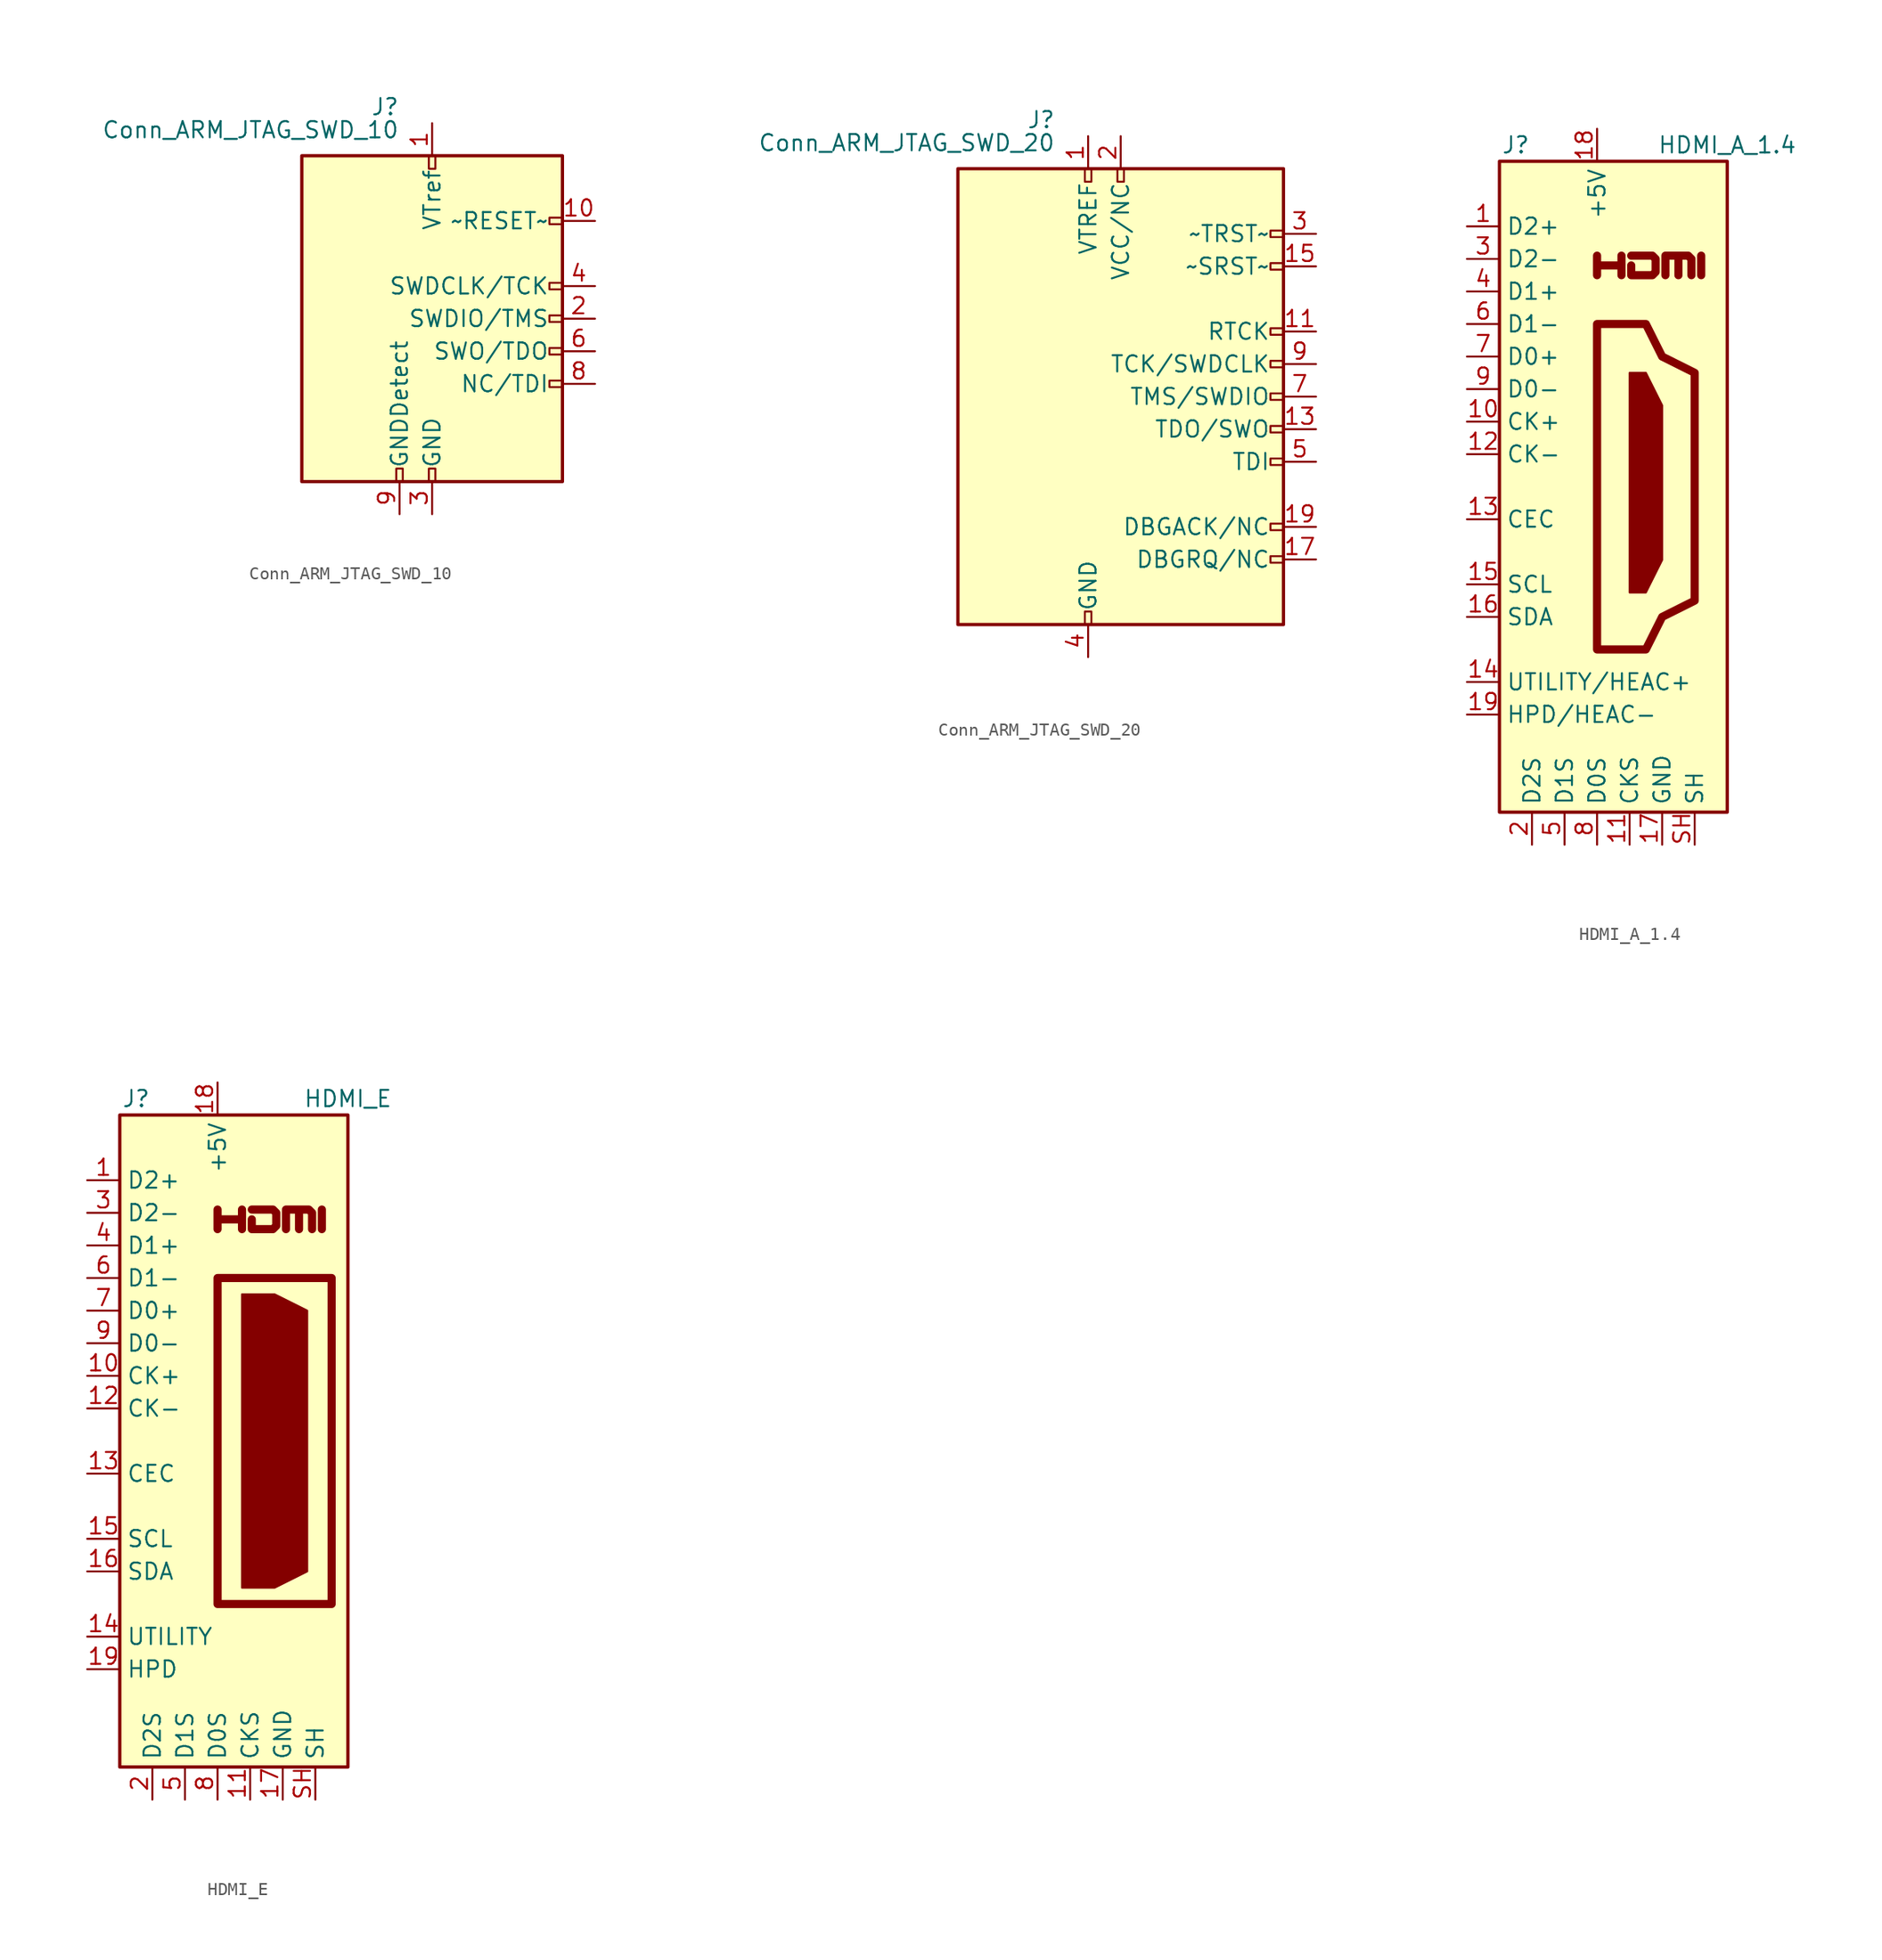
<source format=kicad_sym>
(kicad_symbol_lib
  (version 20210619)
  (generator kicad_symbol_editor)
  (symbol "Connector:Conn_ARM_JTAG_SWD_10"
    (pin_names
      (offset 1.016))
    (property "Reference" "J"
      (at -2.54 16.51 0)
      (effects (font (size 1.27 1.27)) (justify right)))
    (property "Value" "Conn_ARM_JTAG_SWD_10"
      (at -2.54 13.97 0)
      (effects (font (size 1.27 1.27)) (justify right bottom)))
    (symbol "Conn_ARM_JTAG_SWD_10_0_1"
      (rectangle (start -2.794 -12.7) (end -2.286 -11.684) (stroke (width 0)) (fill (type none)))
      (rectangle (start -0.254 -12.7) (end 0.254 -11.684) (stroke (width 0)) (fill (type none)))
      (rectangle (start -0.254 12.7) (end 0.254 11.684) (stroke (width 0)) (fill (type none)))
      (rectangle (start 9.144 2.286) (end 10.16 2.794) (stroke (width 0)) (fill (type none)))
      (rectangle (start 10.16 -2.794) (end 9.144 -2.286) (stroke (width 0)) (fill (type none)))
      (rectangle (start 10.16 -0.254) (end 9.144 0.254) (stroke (width 0)) (fill (type none)))
      (rectangle (start 10.16 7.874) (end 9.144 7.366) (stroke (width 0)) (fill (type none)))
      (rectangle (start -10.16 12.7) (end 10.16 -12.7) (stroke (width 0.254)) (fill (type background))))
    (symbol "Conn_ARM_JTAG_SWD_10_1_1"
      (rectangle (start 9.144 -5.334) (end 10.16 -4.826) (stroke (width 0)) (fill (type none)))
      (pin power_in line (at 0 15.24 270) (length 2.54) (name "VTref" (effects (font (size 1.27 1.27)))) (number "1" (effects (font (size 1.27 1.27)))))
      (pin open_collector line (at 12.7 7.62 180) (length 2.54) (name "~RESET~" (effects (font (size 1.27 1.27)))) (number "10" (effects (font (size 1.27 1.27)))))
      (pin bidirectional line (at 12.7 0 180) (length 2.54) (name "SWDIO/TMS" (effects (font (size 1.27 1.27)))) (number "2" (effects (font (size 1.27 1.27)))))
      (pin power_in line (at 0 -15.24 90) (length 2.54) (name "GND" (effects (font (size 1.27 1.27)))) (number "3" (effects (font (size 1.27 1.27)))))
      (pin output line (at 12.7 2.54 180) (length 2.54) (name "SWDCLK/TCK" (effects (font (size 1.27 1.27)))) (number "4" (effects (font (size 1.27 1.27)))))
      (pin passive line (at 0 -15.24 90) (length 2.54) hide (name "GND" (effects (font (size 1.27 1.27)))) (number "5" (effects (font (size 1.27 1.27)))))
      (pin input line (at 12.7 -2.54 180) (length 2.54) (name "SWO/TDO" (effects (font (size 1.27 1.27)))) (number "6" (effects (font (size 1.27 1.27)))))
      (pin no_connect line (at -10.16 0 0) (length 2.54) hide (name "KEY" (effects (font (size 1.27 1.27)))) (number "7" (effects (font (size 1.27 1.27)))))
      (pin output line (at 12.7 -5.08 180) (length 2.54) (name "NC/TDI" (effects (font (size 1.27 1.27)))) (number "8" (effects (font (size 1.27 1.27)))))
      (pin passive line (at -2.54 -15.24 90) (length 2.54) (name "GNDDetect" (effects (font (size 1.27 1.27)))) (number "9" (effects (font (size 1.27 1.27)))))))
  (symbol "Connector:Conn_ARM_JTAG_SWD_20"
    (pin_names
      (offset 1.016))
    (property "Reference" "J"
      (at -5.08 21.59 0)
      (effects (font (size 1.27 1.27)) (justify right)))
    (property "Value" "Conn_ARM_JTAG_SWD_20"
      (at -5.08 19.05 0)
      (effects (font (size 1.27 1.27)) (justify right bottom)))
    (symbol "Conn_ARM_JTAG_SWD_20_0_1"
      (rectangle (start -2.794 -17.78) (end -2.286 -16.764) (stroke (width 0)) (fill (type none)))
      (rectangle (start -2.794 17.78) (end -2.286 16.764) (stroke (width 0)) (fill (type none)))
      (rectangle (start -0.254 17.78) (end 0.254 16.764) (stroke (width 0)) (fill (type none)))
      (rectangle (start 11.684 2.286) (end 12.7 2.794) (stroke (width 0)) (fill (type none)))
      (rectangle (start 12.7 -12.446) (end 11.684 -12.954) (stroke (width 0)) (fill (type none)))
      (rectangle (start 12.7 -9.906) (end 11.684 -10.414) (stroke (width 0)) (fill (type none)))
      (rectangle (start 12.7 -2.794) (end 11.684 -2.286) (stroke (width 0)) (fill (type none)))
      (rectangle (start 12.7 -0.254) (end 11.684 0.254) (stroke (width 0)) (fill (type none)))
      (rectangle (start 12.7 4.826) (end 11.684 5.334) (stroke (width 0)) (fill (type none)))
      (rectangle (start 12.7 10.414) (end 11.684 9.906) (stroke (width 0)) (fill (type none)))
      (rectangle (start 12.7 12.954) (end 11.684 12.446) (stroke (width 0)) (fill (type none)))
      (rectangle (start -12.7 17.78) (end 12.7 -17.78) (stroke (width 0.254)) (fill (type background))))
    (symbol "Conn_ARM_JTAG_SWD_20_1_1"
      (rectangle (start 11.684 -5.334) (end 12.7 -4.826) (stroke (width 0)) (fill (type none)))
      (pin power_in line (at -2.54 20.32 270) (length 2.54) (name "VTREF" (effects (font (size 1.27 1.27)))) (number "1" (effects (font (size 1.27 1.27)))))
      (pin passive line (at -2.54 -20.32 90) (length 2.54) hide (name "GND" (effects (font (size 1.27 1.27)))) (number "10" (effects (font (size 1.27 1.27)))))
      (pin input line (at 15.24 5.08 180) (length 2.54) (name "RTCK" (effects (font (size 1.27 1.27)))) (number "11" (effects (font (size 1.27 1.27)))))
      (pin passive line (at -2.54 -20.32 90) (length 2.54) hide (name "GND" (effects (font (size 1.27 1.27)))) (number "12" (effects (font (size 1.27 1.27)))))
      (pin input line (at 15.24 -2.54 180) (length 2.54) (name "TDO/SWO" (effects (font (size 1.27 1.27)))) (number "13" (effects (font (size 1.27 1.27)))))
      (pin passive line (at -2.54 -20.32 90) (length 2.54) hide (name "GND" (effects (font (size 1.27 1.27)))) (number "14" (effects (font (size 1.27 1.27)))))
      (pin bidirectional line (at 15.24 10.16 180) (length 2.54) (name "~SRST~" (effects (font (size 1.27 1.27)))) (number "15" (effects (font (size 1.27 1.27)))))
      (pin passive line (at -2.54 -20.32 90) (length 2.54) hide (name "GND" (effects (font (size 1.27 1.27)))) (number "16" (effects (font (size 1.27 1.27)))))
      (pin output line (at 15.24 -12.7 180) (length 2.54) (name "DBGRQ/NC" (effects (font (size 1.27 1.27)))) (number "17" (effects (font (size 1.27 1.27)))))
      (pin passive line (at -2.54 -20.32 90) (length 2.54) hide (name "GND" (effects (font (size 1.27 1.27)))) (number "18" (effects (font (size 1.27 1.27)))))
      (pin input line (at 15.24 -10.16 180) (length 2.54) (name "DBGACK/NC" (effects (font (size 1.27 1.27)))) (number "19" (effects (font (size 1.27 1.27)))))
      (pin power_in line (at 0 20.32 270) (length 2.54) (name "VCC/NC" (effects (font (size 1.27 1.27)))) (number "2" (effects (font (size 1.27 1.27)))))
      (pin passive line (at -2.54 -20.32 90) (length 2.54) hide (name "GND" (effects (font (size 1.27 1.27)))) (number "20" (effects (font (size 1.27 1.27)))))
      (pin output line (at 15.24 12.7 180) (length 2.54) (name "~TRST~" (effects (font (size 1.27 1.27)))) (number "3" (effects (font (size 1.27 1.27)))))
      (pin power_in line (at -2.54 -20.32 90) (length 2.54) (name "GND" (effects (font (size 1.27 1.27)))) (number "4" (effects (font (size 1.27 1.27)))))
      (pin output line (at 15.24 -5.08 180) (length 2.54) (name "TDI" (effects (font (size 1.27 1.27)))) (number "5" (effects (font (size 1.27 1.27)))))
      (pin passive line (at -2.54 -20.32 90) (length 2.54) hide (name "GND" (effects (font (size 1.27 1.27)))) (number "6" (effects (font (size 1.27 1.27)))))
      (pin output line (at 15.24 0 180) (length 2.54) (name "TMS/SWDIO" (effects (font (size 1.27 1.27)))) (number "7" (effects (font (size 1.27 1.27)))))
      (pin passive line (at -2.54 -20.32 90) (length 2.54) hide (name "GND" (effects (font (size 1.27 1.27)))) (number "8" (effects (font (size 1.27 1.27)))))
      (pin output line (at 15.24 2.54 180) (length 2.54) (name "TCK/SWDCLK" (effects (font (size 1.27 1.27)))) (number "9" (effects (font (size 1.27 1.27)))))))
  (symbol "Connector:HDMI_A_1.4"
    (property "Reference" "J"
      (at -6.35 26.67 0)
      (effects (font (size 1.27 1.27))))
    (property "Value" "HDMI_A_1.4"
      (at 10.16 26.67 0)
      (effects (font (size 1.27 1.27))))
    (symbol "HDMI_A_1.4_0_0"
      (polyline (pts (xy 8.128 16.51) (xy 8.128 18.034)) (stroke (width 0.635)) (fill (type none)))
      (polyline (pts (xy 0 16.51) (xy 0 18.034) (xy 0 17.272) (xy 1.905 17.272) (xy 1.905 18.034) (xy 1.905 16.51)) (stroke (width 0.635)) (fill (type none)))
      (polyline (pts (xy 2.667 18.034) (xy 4.318 18.034) (xy 4.572 17.78) (xy 4.572 16.764) (xy 4.318 16.51) (xy 2.667 16.51) (xy 2.667 17.272)) (stroke (width 0.635)) (fill (type none))))
    (symbol "HDMI_A_1.4_0_1"
      (rectangle (start -7.62 25.4) (end 10.16 -25.4) (stroke (width 0.254)) (fill (type background)))
      (polyline (pts (xy 5.334 16.51) (xy 5.334 18.034) (xy 6.35 18.034) (xy 6.35 16.51) (xy 6.35 18.034) (xy 7.112 18.034) (xy 7.366 17.78) (xy 7.366 16.51)) (stroke (width 0.635)) (fill (type none)))
      (polyline (pts (xy 0 12.7) (xy 0 -12.7) (xy 3.81 -12.7) (xy 5.08 -10.16) (xy 7.62 -8.89) (xy 7.62 8.89) (xy 5.08 10.16) (xy 3.81 12.7) (xy 0 12.7)) (stroke (width 0.635)) (fill (type none)))
      (polyline (pts (xy 2.54 8.89) (xy 3.81 8.89) (xy 5.08 6.35) (xy 5.08 -5.715) (xy 3.81 -8.255) (xy 2.54 -8.255) (xy 2.54 8.89)) (stroke (width 0)) (fill (type outline))))
    (symbol "HDMI_A_1.4_1_1"
      (pin passive line (at -10.16 20.32 0) (length 2.54) (name "D2+" (effects (font (size 1.27 1.27)))) (number "1" (effects (font (size 1.27 1.27)))))
      (pin passive line (at -10.16 5.08 0) (length 2.54) (name "CK+" (effects (font (size 1.27 1.27)))) (number "10" (effects (font (size 1.27 1.27)))))
      (pin power_in line (at 2.54 -27.94 90) (length 2.54) (name "CKS" (effects (font (size 1.27 1.27)))) (number "11" (effects (font (size 1.27 1.27)))))
      (pin passive line (at -10.16 2.54 0) (length 2.54) (name "CK-" (effects (font (size 1.27 1.27)))) (number "12" (effects (font (size 1.27 1.27)))))
      (pin bidirectional line (at -10.16 -2.54 0) (length 2.54) (name "CEC" (effects (font (size 1.27 1.27)))) (number "13" (effects (font (size 1.27 1.27)))))
      (pin passive line (at -10.16 -15.24 0) (length 2.54) (name "UTILITY/HEAC+" (effects (font (size 1.27 1.27)))) (number "14" (effects (font (size 1.27 1.27)))))
      (pin passive line (at -10.16 -7.62 0) (length 2.54) (name "SCL" (effects (font (size 1.27 1.27)))) (number "15" (effects (font (size 1.27 1.27)))))
      (pin bidirectional line (at -10.16 -10.16 0) (length 2.54) (name "SDA" (effects (font (size 1.27 1.27)))) (number "16" (effects (font (size 1.27 1.27)))))
      (pin power_in line (at 5.08 -27.94 90) (length 2.54) (name "GND" (effects (font (size 1.27 1.27)))) (number "17" (effects (font (size 1.27 1.27)))))
      (pin power_in line (at 0 27.94 270) (length 2.54) (name "+5V" (effects (font (size 1.27 1.27)))) (number "18" (effects (font (size 1.27 1.27)))))
      (pin passive line (at -10.16 -17.78 0) (length 2.54) (name "HPD/HEAC-" (effects (font (size 1.27 1.27)))) (number "19" (effects (font (size 1.27 1.27)))))
      (pin power_in line (at -5.08 -27.94 90) (length 2.54) (name "D2S" (effects (font (size 1.27 1.27)))) (number "2" (effects (font (size 1.27 1.27)))))
      (pin passive line (at -10.16 17.78 0) (length 2.54) (name "D2-" (effects (font (size 1.27 1.27)))) (number "3" (effects (font (size 1.27 1.27)))))
      (pin passive line (at -10.16 15.24 0) (length 2.54) (name "D1+" (effects (font (size 1.27 1.27)))) (number "4" (effects (font (size 1.27 1.27)))))
      (pin power_in line (at -2.54 -27.94 90) (length 2.54) (name "D1S" (effects (font (size 1.27 1.27)))) (number "5" (effects (font (size 1.27 1.27)))))
      (pin passive line (at -10.16 12.7 0) (length 2.54) (name "D1-" (effects (font (size 1.27 1.27)))) (number "6" (effects (font (size 1.27 1.27)))))
      (pin passive line (at -10.16 10.16 0) (length 2.54) (name "D0+" (effects (font (size 1.27 1.27)))) (number "7" (effects (font (size 1.27 1.27)))))
      (pin power_in line (at 0 -27.94 90) (length 2.54) (name "D0S" (effects (font (size 1.27 1.27)))) (number "8" (effects (font (size 1.27 1.27)))))
      (pin passive line (at -10.16 7.62 0) (length 2.54) (name "D0-" (effects (font (size 1.27 1.27)))) (number "9" (effects (font (size 1.27 1.27)))))
      (pin passive line (at 7.62 -27.94 90) (length 2.54) (name "SH" (effects (font (size 1.27 1.27)))) (number "SH" (effects (font (size 1.27 1.27)))))))
  (symbol "Connector:HDMI_E"
    (property "Reference" "J"
      (at -6.35 26.67 0)
      (effects (font (size 1.27 1.27))))
    (property "Value" "HDMI_E"
      (at 10.16 26.67 0)
      (effects (font (size 1.27 1.27))))
    (symbol "HDMI_E_0_0"
      (polyline (pts (xy 8.128 16.51) (xy 8.128 18.034)) (stroke (width 0.635)) (fill (type none)))
      (polyline (pts (xy 0 16.51) (xy 0 18.034) (xy 0 17.272) (xy 1.905 17.272) (xy 1.905 18.034) (xy 1.905 16.51)) (stroke (width 0.635)) (fill (type none)))
      (polyline (pts (xy 2.667 18.034) (xy 4.318 18.034) (xy 4.572 17.78) (xy 4.572 16.764) (xy 4.318 16.51) (xy 2.667 16.51) (xy 2.667 17.272)) (stroke (width 0.635)) (fill (type none))))
    (symbol "HDMI_E_0_1"
      (rectangle (start 0 12.7) (end 8.89 -12.7) (stroke (width 0.635)) (fill (type none)))
      (rectangle (start -7.62 25.4) (end 10.16 -25.4) (stroke (width 0.254)) (fill (type background)))
      (polyline (pts (xy 5.334 16.51) (xy 5.334 18.034) (xy 6.35 18.034) (xy 6.35 16.51) (xy 6.35 18.034) (xy 7.112 18.034) (xy 7.366 17.78) (xy 7.366 16.51)) (stroke (width 0.635)) (fill (type none)))
      (polyline (pts (xy 1.905 11.43) (xy 4.445 11.43) (xy 6.985 10.16) (xy 6.985 -10.16) (xy 4.445 -11.43) (xy 1.905 -11.43) (xy 1.905 11.43)) (stroke (width 0)) (fill (type outline))))
    (symbol "HDMI_E_1_1"
      (pin passive line (at -10.16 20.32 0) (length 2.54) (name "D2+" (effects (font (size 1.27 1.27)))) (number "1" (effects (font (size 1.27 1.27)))))
      (pin passive line (at -10.16 5.08 0) (length 2.54) (name "CK+" (effects (font (size 1.27 1.27)))) (number "10" (effects (font (size 1.27 1.27)))))
      (pin power_in line (at 2.54 -27.94 90) (length 2.54) (name "CKS" (effects (font (size 1.27 1.27)))) (number "11" (effects (font (size 1.27 1.27)))))
      (pin passive line (at -10.16 2.54 0) (length 2.54) (name "CK-" (effects (font (size 1.27 1.27)))) (number "12" (effects (font (size 1.27 1.27)))))
      (pin bidirectional line (at -10.16 -2.54 0) (length 2.54) (name "CEC" (effects (font (size 1.27 1.27)))) (number "13" (effects (font (size 1.27 1.27)))))
      (pin passive line (at -10.16 -15.24 0) (length 2.54) (name "UTILITY" (effects (font (size 1.27 1.27)))) (number "14" (effects (font (size 1.27 1.27)))))
      (pin passive line (at -10.16 -7.62 0) (length 2.54) (name "SCL" (effects (font (size 1.27 1.27)))) (number "15" (effects (font (size 1.27 1.27)))))
      (pin bidirectional line (at -10.16 -10.16 0) (length 2.54) (name "SDA" (effects (font (size 1.27 1.27)))) (number "16" (effects (font (size 1.27 1.27)))))
      (pin power_in line (at 5.08 -27.94 90) (length 2.54) (name "GND" (effects (font (size 1.27 1.27)))) (number "17" (effects (font (size 1.27 1.27)))))
      (pin power_in line (at 0 27.94 270) (length 2.54) (name "+5V" (effects (font (size 1.27 1.27)))) (number "18" (effects (font (size 1.27 1.27)))))
      (pin passive line (at -10.16 -17.78 0) (length 2.54) (name "HPD" (effects (font (size 1.27 1.27)))) (number "19" (effects (font (size 1.27 1.27)))))
      (pin power_in line (at -5.08 -27.94 90) (length 2.54) (name "D2S" (effects (font (size 1.27 1.27)))) (number "2" (effects (font (size 1.27 1.27)))))
      (pin passive line (at -10.16 17.78 0) (length 2.54) (name "D2-" (effects (font (size 1.27 1.27)))) (number "3" (effects (font (size 1.27 1.27)))))
      (pin passive line (at -10.16 15.24 0) (length 2.54) (name "D1+" (effects (font (size 1.27 1.27)))) (number "4" (effects (font (size 1.27 1.27)))))
      (pin power_in line (at -2.54 -27.94 90) (length 2.54) (name "D1S" (effects (font (size 1.27 1.27)))) (number "5" (effects (font (size 1.27 1.27)))))
      (pin passive line (at -10.16 12.7 0) (length 2.54) (name "D1-" (effects (font (size 1.27 1.27)))) (number "6" (effects (font (size 1.27 1.27)))))
      (pin passive line (at -10.16 10.16 0) (length 2.54) (name "D0+" (effects (font (size 1.27 1.27)))) (number "7" (effects (font (size 1.27 1.27)))))
      (pin power_in line (at 0 -27.94 90) (length 2.54) (name "D0S" (effects (font (size 1.27 1.27)))) (number "8" (effects (font (size 1.27 1.27)))))
      (pin passive line (at -10.16 7.62 0) (length 2.54) (name "D0-" (effects (font (size 1.27 1.27)))) (number "9" (effects (font (size 1.27 1.27)))))
      (pin passive line (at 7.62 -27.94 90) (length 2.54) (name "SH" (effects (font (size 1.27 1.27)))) (number "SH" (effects (font (size 1.27 1.27))))))))
</source>
